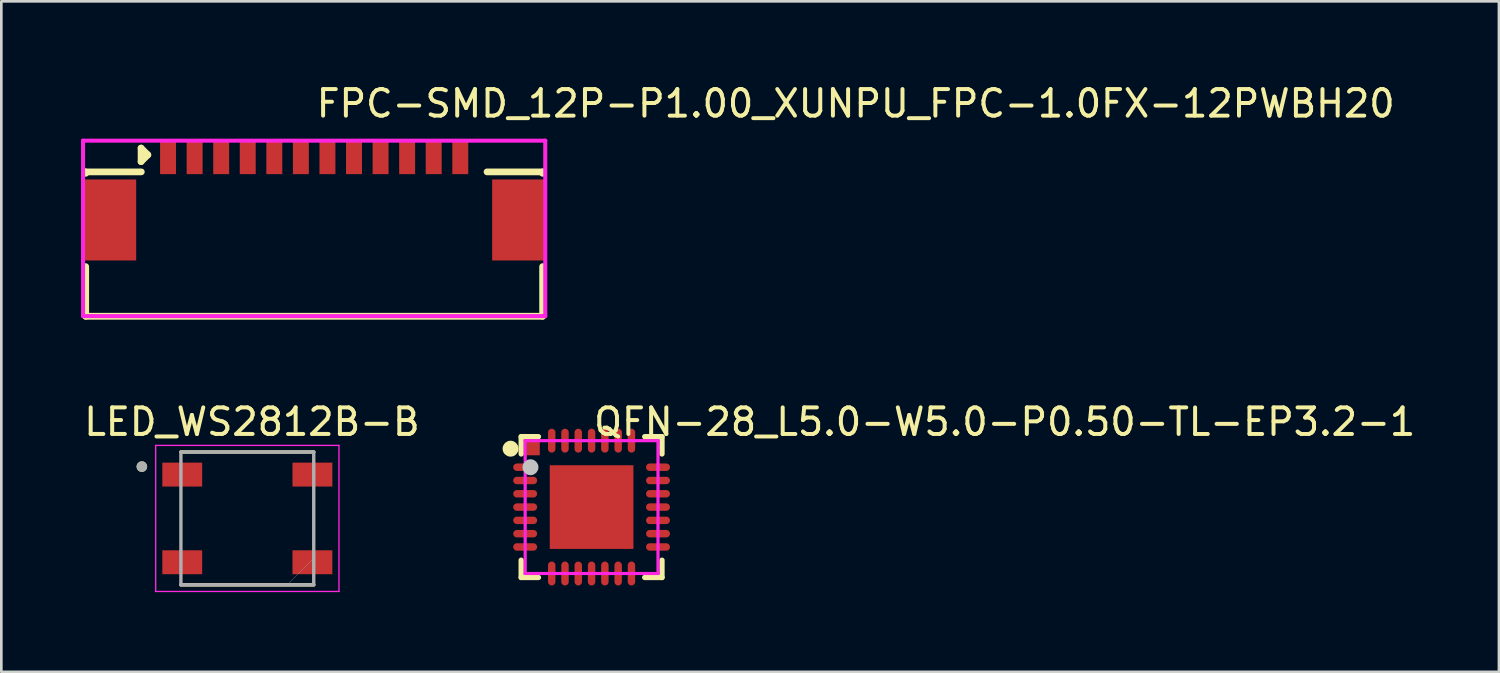
<source format=kicad_pcb>
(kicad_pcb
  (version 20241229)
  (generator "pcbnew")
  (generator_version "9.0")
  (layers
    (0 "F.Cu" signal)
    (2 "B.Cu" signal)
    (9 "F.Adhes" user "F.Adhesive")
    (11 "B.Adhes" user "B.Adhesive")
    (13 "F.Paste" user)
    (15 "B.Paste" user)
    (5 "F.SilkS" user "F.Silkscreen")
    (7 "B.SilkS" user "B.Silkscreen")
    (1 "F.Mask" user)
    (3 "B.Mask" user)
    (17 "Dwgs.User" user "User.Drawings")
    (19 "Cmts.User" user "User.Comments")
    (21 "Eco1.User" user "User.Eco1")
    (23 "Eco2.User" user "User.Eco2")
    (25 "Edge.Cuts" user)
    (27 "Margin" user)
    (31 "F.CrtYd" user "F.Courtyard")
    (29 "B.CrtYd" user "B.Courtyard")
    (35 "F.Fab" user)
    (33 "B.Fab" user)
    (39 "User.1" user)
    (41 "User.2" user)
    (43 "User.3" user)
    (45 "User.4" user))
  (footprint "QFN-28_L5.0-W5.0-P0.50-TL-EP3.2-1"
    (layer "F.Cu")
    (at 19.219 16.038)
    (property "Reference" "QFN-28_L5.0-W5.0-P0.50-TL-EP3.2-1" (at 0 -3.207 0) (layer "F.SilkS") (effects (font (size 1 1) (thickness 0.15)) (justify left)))
    (attr through_hole)
    (fp_line (start -2.65 -2.65) (end -2 -2.65) (stroke (width 0.2) (type solid)) (layer "F.SilkS"))
    (fp_line (start -2.65 -2) (end -2.65 -2.65) (stroke (width 0.2) (type solid)) (layer "F.SilkS"))
    (fp_line (start -2.65 2) (end -2.65 2.65) (stroke (width 0.2) (type solid)) (layer "F.SilkS"))
    (fp_line (start -2.65 2.65) (end -2 2.65) (stroke (width 0.2) (type solid)) (layer "F.SilkS"))
    (fp_line (start 2 2.65) (end 2.65 2.65) (stroke (width 0.2) (type solid)) (layer "F.SilkS"))
    (fp_line (start 2.65 -2.65) (end 2 -2.65) (stroke (width 0.2) (type solid)) (layer "F.SilkS"))
    (fp_line (start 2.65 -2) (end 2.65 -2.65) (stroke (width 0.2) (type solid)) (layer "F.SilkS"))
    (fp_line (start 2.65 2.65) (end 2.65 2) (stroke (width 0.2) (type solid)) (layer "F.SilkS"))
    (fp_arc (start -2.9 -2.197) (mid -3.200012 -2.19973) (end -2.899988 -2.19954) (stroke (width 0.3) (type solid)) (layer "F.SilkS"))
    (fp_circle (center -2.3 -1.5) (end -2.15 -1.5) (stroke (width 0.3) (type solid)) (fill no) (layer "Dwgs.User"))
    (fp_circle (center -2.5 -2.5) (end -2.47 -2.5) (stroke (width 0.06) (type solid)) (fill no) (layer "Eco2.User"))
    (fp_poly (pts (xy -2.1 -1.626) (xy -2.1 -1.376) (xy -2.5 -1.376) (xy -2.5 -1.626)) (stroke (width 0.12) (type solid)) (fill no) (layer "Eco2.User"))
    (fp_poly (pts (xy -2.1 -1.126) (xy -2.1 -0.876) (xy -2.5 -0.876) (xy -2.5 -1.126)) (stroke (width 0.12) (type solid)) (fill no) (layer "Eco2.User"))
    (fp_poly (pts (xy -2.1 -0.626) (xy -2.1 -0.376) (xy -2.5 -0.376) (xy -2.5 -0.626)) (stroke (width 0.12) (type solid)) (fill no) (layer "Eco2.User"))
    (fp_poly (pts (xy -2.1 -0.125) (xy -2.1 0.125) (xy -2.5 0.125) (xy -2.5 -0.125)) (stroke (width 0.12) (type solid)) (fill no) (layer "Eco2.User"))
    (fp_poly (pts (xy -2.1 0.375) (xy -2.1 0.625) (xy -2.5 0.625) (xy -2.5 0.375)) (stroke (width 0.12) (type solid)) (fill no) (layer "Eco2.User"))
    (fp_poly (pts (xy -2.1 0.876) (xy -2.1 1.126) (xy -2.5 1.126) (xy -2.5 0.876)) (stroke (width 0.12) (type solid)) (fill no) (layer "Eco2.User"))
    (fp_poly (pts (xy -2.1 1.376) (xy -2.1 1.626) (xy -2.5 1.626) (xy -2.5 1.376)) (stroke (width 0.12) (type solid)) (fill no) (layer "Eco2.User"))
    (fp_poly (pts (xy -1.982 -2.417) (xy -1.982 -1.982) (xy -2.417 -1.982) (xy -2.417 -2.417)) (stroke (width 0.12) (type solid)) (fill no) (layer "Eco2.User"))
    (fp_poly (pts (xy -1.626 -2.5) (xy -1.376 -2.5) (xy -1.376 -2.1) (xy -1.626 -2.1)) (stroke (width 0.12) (type solid)) (fill no) (layer "Eco2.User"))
    (fp_poly (pts (xy -1.626 2.1) (xy -1.376 2.1) (xy -1.376 2.5) (xy -1.626 2.5)) (stroke (width 0.12) (type solid)) (fill no) (layer "Eco2.User"))
    (fp_poly (pts (xy -1.575 -1.575) (xy 1.575 -1.575) (xy 1.575 1.575) (xy -1.575 1.575)) (stroke (width 0.12) (type solid)) (fill no) (layer "Eco2.User"))
    (fp_poly (pts (xy -1.126 -2.5) (xy -0.876 -2.5) (xy -0.876 -2.1) (xy -1.126 -2.1)) (stroke (width 0.12) (type solid)) (fill no) (layer "Eco2.User"))
    (fp_poly (pts (xy -1.126 2.1) (xy -0.876 2.1) (xy -0.876 2.5) (xy -1.126 2.5)) (stroke (width 0.12) (type solid)) (fill no) (layer "Eco2.User"))
    (fp_poly (pts (xy -0.626 -2.5) (xy -0.376 -2.5) (xy -0.376 -2.1) (xy -0.626 -2.1)) (stroke (width 0.12) (type solid)) (fill no) (layer "Eco2.User"))
    (fp_poly (pts (xy -0.626 2.1) (xy -0.376 2.1) (xy -0.376 2.5) (xy -0.626 2.5)) (stroke (width 0.12) (type solid)) (fill no) (layer "Eco2.User"))
    (fp_poly (pts (xy -0.125 -2.5) (xy 0.125 -2.5) (xy 0.125 -2.1) (xy -0.125 -2.1)) (stroke (width 0.12) (type solid)) (fill no) (layer "Eco2.User"))
    (fp_poly (pts (xy -0.125 2.1) (xy 0.125 2.1) (xy 0.125 2.5) (xy -0.125 2.5)) (stroke (width 0.12) (type solid)) (fill no) (layer "Eco2.User"))
    (fp_poly (pts (xy 0.375 -2.5) (xy 0.625 -2.5) (xy 0.625 -2.1) (xy 0.375 -2.1)) (stroke (width 0.12) (type solid)) (fill no) (layer "Eco2.User"))
    (fp_poly (pts (xy 0.375 2.1) (xy 0.625 2.1) (xy 0.625 2.5) (xy 0.375 2.5)) (stroke (width 0.12) (type solid)) (fill no) (layer "Eco2.User"))
    (fp_poly (pts (xy 0.876 -2.5) (xy 1.126 -2.5) (xy 1.126 -2.1) (xy 0.876 -2.1)) (stroke (width 0.12) (type solid)) (fill no) (layer "Eco2.User"))
    (fp_poly (pts (xy 0.876 2.1) (xy 1.126 2.1) (xy 1.126 2.5) (xy 0.876 2.5)) (stroke (width 0.12) (type solid)) (fill no) (layer "Eco2.User"))
    (fp_poly (pts (xy 1.376 -2.5) (xy 1.626 -2.5) (xy 1.626 -2.1) (xy 1.376 -2.1)) (stroke (width 0.12) (type solid)) (fill no) (layer "Eco2.User"))
    (fp_poly (pts (xy 1.376 2.1) (xy 1.626 2.1) (xy 1.626 2.5) (xy 1.376 2.5)) (stroke (width 0.12) (type solid)) (fill no) (layer "Eco2.User"))
    (fp_poly (pts (xy 2.5 -1.626) (xy 2.5 -1.376) (xy 2.1 -1.376) (xy 2.1 -1.626)) (stroke (width 0.12) (type solid)) (fill no) (layer "Eco2.User"))
    (fp_poly (pts (xy 2.5 -1.126) (xy 2.5 -0.876) (xy 2.1 -0.876) (xy 2.1 -1.126)) (stroke (width 0.12) (type solid)) (fill no) (layer "Eco2.User"))
    (fp_poly (pts (xy 2.5 -0.626) (xy 2.5 -0.376) (xy 2.1 -0.376) (xy 2.1 -0.626)) (stroke (width 0.12) (type solid)) (fill no) (layer "Eco2.User"))
    (fp_poly (pts (xy 2.5 -0.125) (xy 2.5 0.125) (xy 2.1 0.125) (xy 2.1 -0.125)) (stroke (width 0.12) (type solid)) (fill no) (layer "Eco2.User"))
    (fp_poly (pts (xy 2.5 0.375) (xy 2.5 0.625) (xy 2.1 0.625) (xy 2.1 0.375)) (stroke (width 0.12) (type solid)) (fill no) (layer "Eco2.User"))
    (fp_poly (pts (xy 2.5 0.876) (xy 2.5 1.126) (xy 2.1 1.126) (xy 2.1 0.876)) (stroke (width 0.12) (type solid)) (fill no) (layer "Eco2.User"))
    (fp_poly (pts (xy 2.5 1.376) (xy 2.5 1.626) (xy 2.1 1.626) (xy 2.1 1.376)) (stroke (width 0.12) (type solid)) (fill no) (layer "Eco2.User"))
    (fp_line (start -2.5 -2.5) (end 2.5 -2.5) (stroke (width 0.12) (type solid)) (layer "F.CrtYd"))
    (fp_line (start -2.5 2.5) (end -2.5 -2.5) (stroke (width 0.12) (type solid)) (layer "F.CrtYd"))
    (fp_line (start 2.5 -2.5) (end 2.5 2.5) (stroke (width 0.12) (type solid)) (layer "F.CrtYd"))
    (fp_line (start 2.5 2.5) (end -2.5 2.5) (stroke (width 0.12) (type solid)) (layer "F.CrtYd"))
    (pad "1" smd oval (at -2.5 -1.501 90) (size 0.28 0.9) (layers "F.Cu" "F.Mask" "F.Paste"))
    (pad "2" smd oval (at -2.5 -1.001 90) (size 0.28 0.9) (layers "F.Cu" "F.Mask" "F.Paste"))
    (pad "3" smd oval (at -2.5 -0.501 90) (size 0.28 0.9) (layers "F.Cu" "F.Mask" "F.Paste"))
    (pad "4" smd oval (at -2.5 0 90) (size 0.28 0.9) (layers "F.Cu" "F.Mask" "F.Paste"))
    (pad "5" smd oval (at -2.5 0.5 90) (size 0.28 0.9) (layers "F.Cu" "F.Mask" "F.Paste"))
    (pad "6" smd oval (at -2.5 1.001 90) (size 0.28 0.9) (layers "F.Cu" "F.Mask" "F.Paste"))
    (pad "7" smd oval (at -2.5 1.501 90) (size 0.28 0.9) (layers "F.Cu" "F.Mask" "F.Paste"))
    (pad "8" smd oval (at -1.501 2.5) (size 0.28 0.9) (layers "F.Cu" "F.Mask" "F.Paste"))
    (pad "9" smd oval (at -1.001 2.5) (size 0.28 0.9) (layers "F.Cu" "F.Mask" "F.Paste"))
    (pad "10" smd oval (at -0.501 2.5) (size 0.28 0.9) (layers "F.Cu" "F.Mask" "F.Paste"))
    (pad "11" smd oval (at 0 2.5) (size 0.28 0.9) (layers "F.Cu" "F.Mask" "F.Paste"))
    (pad "12" smd oval (at 0.5 2.5) (size 0.28 0.9) (layers "F.Cu" "F.Mask" "F.Paste"))
    (pad "13" smd oval (at 1.001 2.5) (size 0.28 0.9) (layers "F.Cu" "F.Mask" "F.Paste"))
    (pad "14" smd oval (at 1.501 2.5) (size 0.28 0.9) (layers "F.Cu" "F.Mask" "F.Paste"))
    (pad "15" smd oval (at 2.5 1.501 90) (size 0.28 0.9) (layers "F.Cu" "F.Mask" "F.Paste"))
    (pad "16" smd oval (at 2.5 1.001 90) (size 0.28 0.9) (layers "F.Cu" "F.Mask" "F.Paste"))
    (pad "17" smd oval (at 2.5 0.5 90) (size 0.28 0.9) (layers "F.Cu" "F.Mask" "F.Paste"))
    (pad "18" smd oval (at 2.5 0 90) (size 0.28 0.9) (layers "F.Cu" "F.Mask" "F.Paste"))
    (pad "19" smd oval (at 2.5 -0.501 90) (size 0.28 0.9) (layers "F.Cu" "F.Mask" "F.Paste"))
    (pad "20" smd oval (at 2.5 -1.001 90) (size 0.28 0.9) (layers "F.Cu" "F.Mask" "F.Paste"))
    (pad "21" smd oval (at 2.5 -1.501 90) (size 0.28 0.9) (layers "F.Cu" "F.Mask" "F.Paste"))
    (pad "22" smd oval (at 1.501 -2.5) (size 0.28 0.9) (layers "F.Cu" "F.Mask" "F.Paste"))
    (pad "23" smd oval (at 1.001 -2.5) (size 0.28 0.9) (layers "F.Cu" "F.Mask" "F.Paste"))
    (pad "24" smd oval (at 0.5 -2.5) (size 0.28 0.9) (layers "F.Cu" "F.Mask" "F.Paste"))
    (pad "25" smd oval (at 0 -2.5) (size 0.28 0.9) (layers "F.Cu" "F.Mask" "F.Paste"))
    (pad "26" smd oval (at -0.501 -2.5) (size 0.28 0.9) (layers "F.Cu" "F.Mask" "F.Paste"))
    (pad "27" smd oval (at -1.001 -2.5) (size 0.28 0.9) (layers "F.Cu" "F.Mask" "F.Paste"))
    (pad "28" smd oval (at -1.501 -2.5) (size 0.28 0.9) (layers "F.Cu" "F.Mask" "F.Paste"))
    (pad "29" smd rect (at 0 0) (size 3.15 3.15) (layers "F.Cu" "F.Mask" "F.Paste"))
    (pad "30" smd rect (at -2.2 -2.2 90) (size 0.5 0.5) (layers "F.Cu" "F.Mask" "F.Paste")))
  (footprint "FPC-SMD_12P-P1.00_XUNPU_FPC-1.0FX-12PWBH20"
    (layer "F.Cu")
    (at 8.776 4.055)
    (property "Reference" "FPC-SMD_12P-P1.00_XUNPU_FPC-1.0FX-12PWBH20" (at 0 -3.207 0) (layer "F.SilkS") (effects (font (size 1 1) (thickness 0.15)) (justify left)))
    (attr through_hole)
    (fp_line (start -8.6 -0.635) (end -8.6 -0.581) (stroke (width 0.254) (type solid)) (layer "F.SilkS"))
    (fp_line (start -8.6 -0.635) (end -6.507 -0.635) (stroke (width 0.254) (type solid)) (layer "F.SilkS"))
    (fp_line (start -8.6 2.931) (end -8.6 4.8) (stroke (width 0.254) (type solid)) (layer "F.SilkS"))
    (fp_line (start -6.515 -1.53) (end -6.261 -1.276) (stroke (width 0.254) (type solid)) (layer "F.SilkS"))
    (fp_line (start -6.515 -1.022) (end -6.515 -1.53) (stroke (width 0.254) (type solid)) (layer "F.SilkS"))
    (fp_line (start -6.261 -1.276) (end -6.515 -1.022) (stroke (width 0.254) (type solid)) (layer "F.SilkS"))
    (fp_line (start 8.6 -0.635) (end 6.507 -0.635) (stroke (width 0.254) (type solid)) (layer "F.SilkS"))
    (fp_line (start 8.6 -0.635) (end 8.6 -0.581) (stroke (width 0.254) (type solid)) (layer "F.SilkS"))
    (fp_line (start 8.6 2.931) (end 8.6 4.8) (stroke (width 0.254) (type solid)) (layer "F.SilkS"))
    (fp_line (start 8.6 4.8) (end -8.6 4.8) (stroke (width 0.254) (type solid)) (layer "F.SilkS"))
    (fp_line (start -8.7 -1.81) (end 8.699 -1.81) (stroke (width 0.152) (type solid)) (layer "F.CrtYd"))
    (fp_line (start -8.7 4.794) (end -8.7 -1.81) (stroke (width 0.152) (type solid)) (layer "F.CrtYd"))
    (fp_line (start 8.699 -1.81) (end 8.699 4.794) (stroke (width 0.152) (type solid)) (layer "F.CrtYd"))
    (fp_line (start 8.699 4.794) (end -8.7 4.794) (stroke (width 0.152) (type solid)) (layer "F.CrtYd"))
    (pad "1" smd rect (at -5.5 -1.175) (size 0.6 1.25) (layers "F.Cu" "F.Mask" "F.Paste"))
    (pad "2" smd rect (at -4.5 -1.175) (size 0.6 1.25) (layers "F.Cu" "F.Mask" "F.Paste"))
    (pad "3" smd rect (at -3.5 -1.175) (size 0.6 1.25) (layers "F.Cu" "F.Mask" "F.Paste"))
    (pad "4" smd rect (at -2.5 -1.175) (size 0.6 1.25) (layers "F.Cu" "F.Mask" "F.Paste"))
    (pad "5" smd rect (at -1.5 -1.175) (size 0.6 1.25) (layers "F.Cu" "F.Mask" "F.Paste"))
    (pad "6" smd rect (at -0.5 -1.175) (size 0.6 1.25) (layers "F.Cu" "F.Mask" "F.Paste"))
    (pad "7" smd rect (at 0.5 -1.175) (size 0.6 1.25) (layers "F.Cu" "F.Mask" "F.Paste"))
    (pad "8" smd rect (at 1.5 -1.175) (size 0.6 1.25) (layers "F.Cu" "F.Mask" "F.Paste"))
    (pad "9" smd rect (at 2.5 -1.175) (size 0.6 1.25) (layers "F.Cu" "F.Mask" "F.Paste"))
    (pad "10" smd rect (at 3.5 -1.175) (size 0.6 1.25) (layers "F.Cu" "F.Mask" "F.Paste"))
    (pad "11" smd rect (at 4.5 -1.175) (size 0.6 1.25) (layers "F.Cu" "F.Mask" "F.Paste"))
    (pad "12" smd rect (at 5.5 -1.175) (size 0.6 1.25) (layers "F.Cu" "F.Mask" "F.Paste"))
    (pad "13" smd rect (at 7.7 1.175) (size 2 3.05) (layers "F.Cu" "F.Mask" "F.Paste"))
    (pad "14" smd rect (at -7.7 1.175) (size 2 3.05) (layers "F.Cu" "F.Mask" "F.Paste")))
  (footprint "LED_WS2812B-B"
    (layer "F.Cu")
    (at 6.26 16.465)
    (property "Reference" "LED_WS2812B-B" (at 0.175 -3.635 0) (layer "F.SilkS") (effects (font (size 1 1) (thickness 0.15))))
    (attr through_hole)
    (fp_line (start 2.5 -2.5) (end -2.5 -2.5) (stroke (width 0.127) (type solid)) (layer "F.SilkS"))
    (fp_line (start 2.5 2.5) (end -2.5 2.5) (stroke (width 0.127) (type solid)) (layer "F.SilkS"))
    (fp_circle (center -3.97 -1.95) (end -3.87 -1.95) (stroke (width 0.2) (type solid)) (fill no) (layer "F.SilkS"))
    (fp_line (start -3.45 -2.75) (end 3.45 -2.75) (stroke (width 0.05) (type solid)) (layer "F.CrtYd"))
    (fp_line (start -3.45 2.75) (end -3.45 -2.75) (stroke (width 0.05) (type solid)) (layer "F.CrtYd"))
    (fp_line (start 3.45 -2.75) (end 3.45 2.75) (stroke (width 0.05) (type solid)) (layer "F.CrtYd"))
    (fp_line (start 3.45 2.75) (end -3.45 2.75) (stroke (width 0.05) (type solid)) (layer "F.CrtYd"))
    (fp_line (start -2.5 -2.5) (end 2.5 -2.5) (stroke (width 0.127) (type solid)) (layer "F.Fab"))
    (fp_line (start -2.5 2.5) (end -2.5 -2.5) (stroke (width 0.127) (type solid)) (layer "F.Fab"))
    (fp_line (start 2.5 -2.5) (end 2.5 2.5) (stroke (width 0.127) (type solid)) (layer "F.Fab"))
    (fp_line (start 2.5 2.5) (end -2.5 2.5) (stroke (width 0.127) (type solid)) (layer "F.Fab"))
    (fp_circle (center -3.97 -1.95) (end -3.87 -1.95) (stroke (width 0.2) (type solid)) (fill no) (layer "F.Fab"))
    (fp_poly (pts (xy 2.5 2.5) (xy 1.5 2.5) (xy 2.5 1.5)) (stroke (width 0.01) (type solid)) (fill no) (layer "F.Fab"))
    (pad "1" smd rect (at -2.45 -1.65) (size 1.5 0.9) (layers "F.Cu" "F.Mask" "F.Paste"))
    (pad "2" smd rect (at -2.45 1.65) (size 1.5 0.9) (layers "F.Cu" "F.Mask" "F.Paste"))
    (pad "3" smd rect (at 2.45 1.65 180) (size 1.5 0.9) (layers "F.Cu" "F.Mask" "F.Paste"))
    (pad "4" smd rect (at 2.45 -1.65 180) (size 1.5 0.9) (layers "F.Cu" "F.Mask" "F.Paste")))
  (gr_rect
    (start -3 -3)
    (end 53.374 22.241)
    (stroke (width 0.1) (type default))
    (fill no)
    (layer "Edge.Cuts")))
</source>
